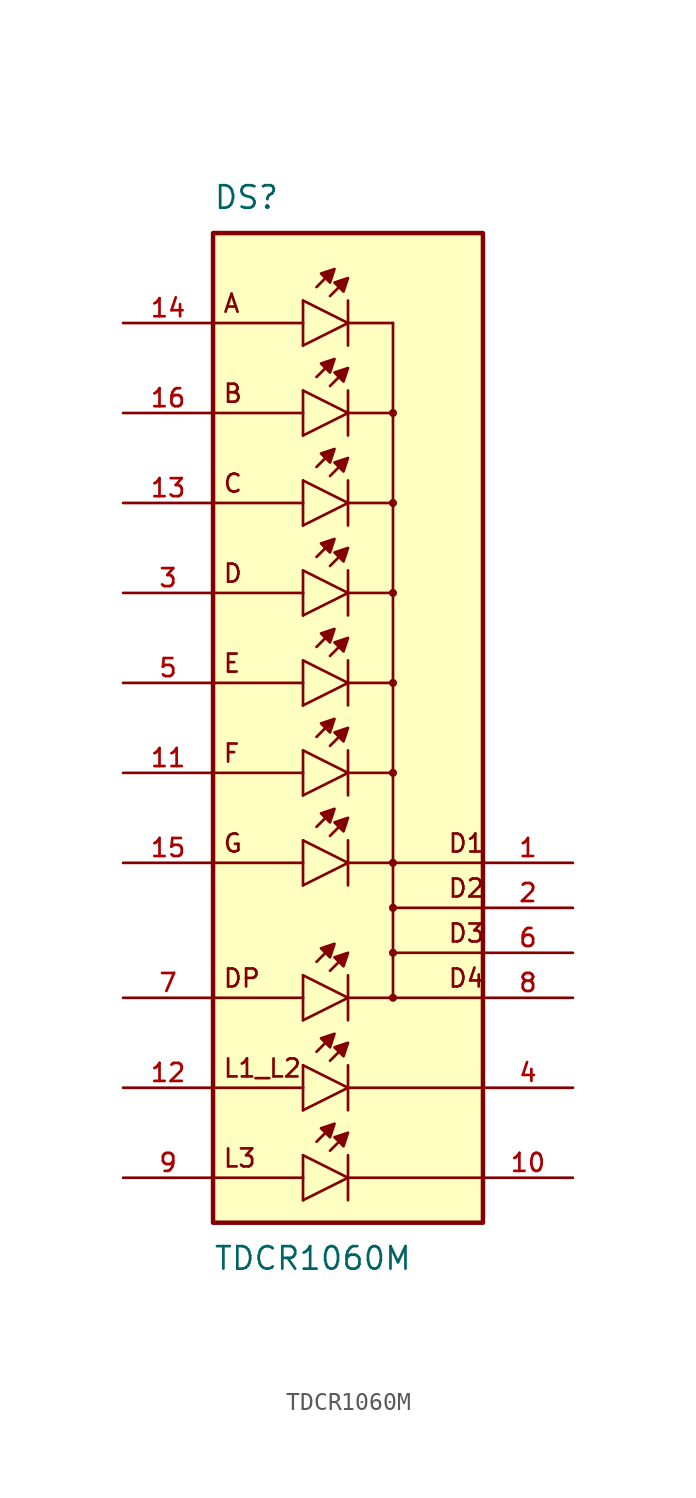
<source format=kicad_sym>
(kicad_symbol_lib
  (version 20211014)
  (generator kicad_symbol_editor)
  (symbol "TDCR1060M"
    (pin_names
      (offset 1.016))
    (property "Reference" "DS"
      (at -7.62 29.21 0)
      (effects (font (size 1.27 1.27)) (justify bottom left)))
    (property "Value" "TDCR1060M"
      (at -7.62 -29.21 0)
      (effects (font (size 1.27 1.27)) (justify top left)))
    (symbol "TDCR1060M_0_0"
      (polyline (pts (xy -2.54 24.13) (xy -2.54 22.86)) (stroke (width 0.152)))
      (polyline (pts (xy -2.54 22.86) (xy -2.54 21.59)) (stroke (width 0.152)))
      (polyline (pts (xy -2.54 21.59) (xy 0.0 22.86)) (stroke (width 0.152)))
      (polyline (pts (xy 0.0 22.86) (xy -2.54 24.13)) (stroke (width 0.152)))
      (polyline (pts (xy 0.0 24.13) (xy 0.0 22.86)) (stroke (width 0.152)))
      (polyline (pts (xy 0.0 22.86) (xy 0.0 21.59)) (stroke (width 0.152)))
      (polyline (pts (xy -7.62 22.86) (xy -2.54 22.86)) (stroke (width 0.152)))
      (polyline (pts (xy 0.0 22.86) (xy 2.54 22.86)) (stroke (width 0.152)))
      (polyline (pts (xy -1.016 24.384) (xy -0.508 24.892)) (stroke (width 0.152)))
      (polyline (pts (xy -0.762 25.146) (xy -0.254 24.638) (xy 0.0 25.4) (xy -0.762 25.146)) (stroke (width 0.152)) (fill (type outline)))
      (polyline (pts (xy -1.778 24.892) (xy -1.27 25.4)) (stroke (width 0.152)))
      (polyline (pts (xy -1.524 25.654) (xy -1.016 25.146) (xy -0.762 25.908) (xy -1.524 25.654)) (stroke (width 0.152)) (fill (type outline)))
      (text "A" (at -7.112 23.368 0) (effects (font (size 1.016 1.016)) (justify bottom left)))
      (polyline (pts (xy -2.54 19.05) (xy -2.54 17.78)) (stroke (width 0.152)))
      (polyline (pts (xy -2.54 17.78) (xy -2.54 16.51)) (stroke (width 0.152)))
      (polyline (pts (xy -2.54 16.51) (xy 0.0 17.78)) (stroke (width 0.152)))
      (polyline (pts (xy 0.0 17.78) (xy -2.54 19.05)) (stroke (width 0.152)))
      (polyline (pts (xy 0.0 19.05) (xy 0.0 17.78)) (stroke (width 0.152)))
      (polyline (pts (xy 0.0 17.78) (xy 0.0 16.51)) (stroke (width 0.152)))
      (polyline (pts (xy -7.62 17.78) (xy -2.54 17.78)) (stroke (width 0.152)))
      (polyline (pts (xy 0.0 17.78) (xy 2.54 17.78)) (stroke (width 0.152)))
      (circle (center 2.54 17.78) (radius 0.152) (stroke (width 0.152)) (fill (type none)))
      (polyline (pts (xy -1.016 19.304) (xy -0.508 19.812)) (stroke (width 0.152)))
      (polyline (pts (xy -0.762 20.066) (xy -0.254 19.558) (xy 0.0 20.32) (xy -0.762 20.066)) (stroke (width 0.152)) (fill (type outline)))
      (polyline (pts (xy -1.778 19.812) (xy -1.27 20.32)) (stroke (width 0.152)))
      (polyline (pts (xy -1.524 20.574) (xy -1.016 20.066) (xy -0.762 20.828) (xy -1.524 20.574)) (stroke (width 0.152)) (fill (type outline)))
      (text "B" (at -7.112 18.288 0) (effects (font (size 1.016 1.016)) (justify bottom left)))
      (polyline (pts (xy -2.54 13.97) (xy -2.54 12.7)) (stroke (width 0.152)))
      (polyline (pts (xy -2.54 12.7) (xy -2.54 11.43)) (stroke (width 0.152)))
      (polyline (pts (xy -2.54 11.43) (xy 0.0 12.7)) (stroke (width 0.152)))
      (polyline (pts (xy 0.0 12.7) (xy -2.54 13.97)) (stroke (width 0.152)))
      (polyline (pts (xy 0.0 13.97) (xy 0.0 12.7)) (stroke (width 0.152)))
      (polyline (pts (xy 0.0 12.7) (xy 0.0 11.43)) (stroke (width 0.152)))
      (polyline (pts (xy -7.62 12.7) (xy -2.54 12.7)) (stroke (width 0.152)))
      (polyline (pts (xy 0.0 12.7) (xy 2.54 12.7)) (stroke (width 0.152)))
      (circle (center 2.54 12.7) (radius 0.152) (stroke (width 0.152)) (fill (type none)))
      (polyline (pts (xy -1.016 14.224) (xy -0.508 14.732)) (stroke (width 0.152)))
      (polyline (pts (xy -0.762 14.986) (xy -0.254 14.478) (xy 0.0 15.24) (xy -0.762 14.986)) (stroke (width 0.152)) (fill (type outline)))
      (polyline (pts (xy -1.778 14.732) (xy -1.27 15.24)) (stroke (width 0.152)))
      (polyline (pts (xy -1.524 15.494) (xy -1.016 14.986) (xy -0.762 15.748) (xy -1.524 15.494)) (stroke (width 0.152)) (fill (type outline)))
      (text "C" (at -7.112 13.208 0) (effects (font (size 1.016 1.016)) (justify bottom left)))
      (polyline (pts (xy -2.54 8.89) (xy -2.54 7.62)) (stroke (width 0.152)))
      (polyline (pts (xy -2.54 7.62) (xy -2.54 6.35)) (stroke (width 0.152)))
      (polyline (pts (xy -2.54 6.35) (xy 0.0 7.62)) (stroke (width 0.152)))
      (polyline (pts (xy 0.0 7.62) (xy -2.54 8.89)) (stroke (width 0.152)))
      (polyline (pts (xy 0.0 8.89) (xy 0.0 7.62)) (stroke (width 0.152)))
      (polyline (pts (xy 0.0 7.62) (xy 0.0 6.35)) (stroke (width 0.152)))
      (polyline (pts (xy -7.62 7.62) (xy -2.54 7.62)) (stroke (width 0.152)))
      (polyline (pts (xy 0.0 7.62) (xy 2.54 7.62)) (stroke (width 0.152)))
      (circle (center 2.54 7.62) (radius 0.152) (stroke (width 0.152)) (fill (type none)))
      (polyline (pts (xy -1.016 9.144) (xy -0.508 9.652)) (stroke (width 0.152)))
      (polyline (pts (xy -0.762 9.906) (xy -0.254 9.398) (xy 0.0 10.16) (xy -0.762 9.906)) (stroke (width 0.152)) (fill (type outline)))
      (polyline (pts (xy -1.778 9.652) (xy -1.27 10.16)) (stroke (width 0.152)))
      (polyline (pts (xy -1.524 10.414) (xy -1.016 9.906) (xy -0.762 10.668) (xy -1.524 10.414)) (stroke (width 0.152)) (fill (type outline)))
      (text "D" (at -7.112 8.128 0) (effects (font (size 1.016 1.016)) (justify bottom left)))
      (polyline (pts (xy -2.54 3.81) (xy -2.54 2.54)) (stroke (width 0.152)))
      (polyline (pts (xy -2.54 2.54) (xy -2.54 1.27)) (stroke (width 0.152)))
      (polyline (pts (xy -2.54 1.27) (xy 0.0 2.54)) (stroke (width 0.152)))
      (polyline (pts (xy 0.0 2.54) (xy -2.54 3.81)) (stroke (width 0.152)))
      (polyline (pts (xy 0.0 3.81) (xy 0.0 2.54)) (stroke (width 0.152)))
      (polyline (pts (xy 0.0 2.54) (xy 0.0 1.27)) (stroke (width 0.152)))
      (polyline (pts (xy -7.62 2.54) (xy -2.54 2.54)) (stroke (width 0.152)))
      (polyline (pts (xy 0.0 2.54) (xy 2.54 2.54)) (stroke (width 0.152)))
      (circle (center 2.54 2.54) (radius 0.152) (stroke (width 0.152)) (fill (type none)))
      (polyline (pts (xy -1.016 4.064) (xy -0.508 4.572)) (stroke (width 0.152)))
      (polyline (pts (xy -0.762 4.826) (xy -0.254 4.318) (xy 0.0 5.08) (xy -0.762 4.826)) (stroke (width 0.152)) (fill (type outline)))
      (polyline (pts (xy -1.778 4.572) (xy -1.27 5.08)) (stroke (width 0.152)))
      (polyline (pts (xy -1.524 5.334) (xy -1.016 4.826) (xy -0.762 5.588) (xy -1.524 5.334)) (stroke (width 0.152)) (fill (type outline)))
      (text "E" (at -7.112 3.048 0) (effects (font (size 1.016 1.016)) (justify bottom left)))
      (polyline (pts (xy -2.54 -1.27) (xy -2.54 -2.54)) (stroke (width 0.152)))
      (polyline (pts (xy -2.54 -2.54) (xy -2.54 -3.81)) (stroke (width 0.152)))
      (polyline (pts (xy -2.54 -3.81) (xy 0.0 -2.54)) (stroke (width 0.152)))
      (polyline (pts (xy 0.0 -2.54) (xy -2.54 -1.27)) (stroke (width 0.152)))
      (polyline (pts (xy 0.0 -1.27) (xy 0.0 -2.54)) (stroke (width 0.152)))
      (polyline (pts (xy 0.0 -2.54) (xy 0.0 -3.81)) (stroke (width 0.152)))
      (polyline (pts (xy -7.62 -2.54) (xy -2.54 -2.54)) (stroke (width 0.152)))
      (polyline (pts (xy 0.0 -2.54) (xy 2.54 -2.54)) (stroke (width 0.152)))
      (circle (center 2.54 -2.54) (radius 0.152) (stroke (width 0.152)) (fill (type none)))
      (polyline (pts (xy -1.016 -1.016) (xy -0.508 -0.508)) (stroke (width 0.152)))
      (polyline (pts (xy -0.762 -0.254) (xy -0.254 -0.762) (xy 0.0 0.0) (xy -0.762 -0.254)) (stroke (width 0.152)) (fill (type outline)))
      (polyline (pts (xy -1.778 -0.508) (xy -1.27 0.0)) (stroke (width 0.152)))
      (polyline (pts (xy -1.524 0.254) (xy -1.016 -0.254) (xy -0.762 0.508) (xy -1.524 0.254)) (stroke (width 0.152)) (fill (type outline)))
      (text "F" (at -7.112 -2.032 0) (effects (font (size 1.016 1.016)) (justify bottom left)))
      (polyline (pts (xy -2.54 -6.35) (xy -2.54 -7.62)) (stroke (width 0.152)))
      (polyline (pts (xy -2.54 -7.62) (xy -2.54 -8.89)) (stroke (width 0.152)))
      (polyline (pts (xy -2.54 -8.89) (xy 0.0 -7.62)) (stroke (width 0.152)))
      (polyline (pts (xy 0.0 -7.62) (xy -2.54 -6.35)) (stroke (width 0.152)))
      (polyline (pts (xy 0.0 -6.35) (xy 0.0 -7.62)) (stroke (width 0.152)))
      (polyline (pts (xy 0.0 -7.62) (xy 0.0 -8.89)) (stroke (width 0.152)))
      (polyline (pts (xy -7.62 -7.62) (xy -2.54 -7.62)) (stroke (width 0.152)))
      (polyline (pts (xy 0.0 -7.62) (xy 2.54 -7.62)) (stroke (width 0.152)))
      (circle (center 2.54 -7.62) (radius 0.152) (stroke (width 0.152)) (fill (type none)))
      (polyline (pts (xy -1.016 -6.096) (xy -0.508 -5.588)) (stroke (width 0.152)))
      (polyline (pts (xy -0.762 -5.334) (xy -0.254 -5.842) (xy 0.0 -5.08) (xy -0.762 -5.334)) (stroke (width 0.152)) (fill (type outline)))
      (polyline (pts (xy -1.778 -5.588) (xy -1.27 -5.08)) (stroke (width 0.152)))
      (polyline (pts (xy -1.524 -4.826) (xy -1.016 -5.334) (xy -0.762 -4.572) (xy -1.524 -4.826)) (stroke (width 0.152)) (fill (type outline)))
      (text "G" (at -7.112 -7.112 0) (effects (font (size 1.016 1.016)) (justify bottom left)))
      (polyline (pts (xy -2.54 -13.97) (xy -2.54 -15.24)) (stroke (width 0.152)))
      (polyline (pts (xy -2.54 -15.24) (xy -2.54 -16.51)) (stroke (width 0.152)))
      (polyline (pts (xy -2.54 -16.51) (xy 0.0 -15.24)) (stroke (width 0.152)))
      (polyline (pts (xy 0.0 -15.24) (xy -2.54 -13.97)) (stroke (width 0.152)))
      (polyline (pts (xy 0.0 -13.97) (xy 0.0 -15.24)) (stroke (width 0.152)))
      (polyline (pts (xy 0.0 -15.24) (xy 0.0 -16.51)) (stroke (width 0.152)))
      (polyline (pts (xy -7.62 -15.24) (xy -2.54 -15.24)) (stroke (width 0.152)))
      (polyline (pts (xy 0.0 -15.24) (xy 2.54 -15.24)) (stroke (width 0.152)))
      (polyline (pts (xy -1.016 -13.716) (xy -0.508 -13.208)) (stroke (width 0.152)))
      (polyline (pts (xy -0.762 -12.954) (xy -0.254 -13.462) (xy 0.0 -12.7) (xy -0.762 -12.954)) (stroke (width 0.152)) (fill (type outline)))
      (polyline (pts (xy -1.778 -13.208) (xy -1.27 -12.7)) (stroke (width 0.152)))
      (polyline (pts (xy -1.524 -12.446) (xy -1.016 -12.954) (xy -0.762 -12.192) (xy -1.524 -12.446)) (stroke (width 0.152)) (fill (type outline)))
      (text "DP" (at -7.112 -14.732 0) (effects (font (size 1.016 1.016)) (justify bottom left)))
      (polyline (pts (xy 2.54 22.86) (xy 2.54 -7.62)) (stroke (width 0.152)))
      (polyline (pts (xy 2.54 -7.62) (xy 2.54 -10.16)) (stroke (width 0.152)))
      (polyline (pts (xy 2.54 -10.16) (xy 2.54 -12.7)) (stroke (width 0.152)))
      (polyline (pts (xy 2.54 -12.7) (xy 2.54 -15.24)) (stroke (width 0.152)))
      (polyline (pts (xy 2.54 -15.24) (xy 7.62 -15.24)) (stroke (width 0.152)))
      (circle (center 2.54 -15.24) (radius 0.152) (stroke (width 0.152)) (fill (type none)))
      (polyline (pts (xy -2.54 -19.05) (xy -2.54 -20.32)) (stroke (width 0.152)))
      (polyline (pts (xy -2.54 -20.32) (xy -2.54 -21.59)) (stroke (width 0.152)))
      (polyline (pts (xy -2.54 -21.59) (xy 0.0 -20.32)) (stroke (width 0.152)))
      (polyline (pts (xy 0.0 -20.32) (xy -2.54 -19.05)) (stroke (width 0.152)))
      (polyline (pts (xy 0.0 -19.05) (xy 0.0 -20.32)) (stroke (width 0.152)))
      (polyline (pts (xy 0.0 -20.32) (xy 0.0 -21.59)) (stroke (width 0.152)))
      (polyline (pts (xy -7.62 -20.32) (xy -2.54 -20.32)) (stroke (width 0.152)))
      (polyline (pts (xy -1.016 -18.796) (xy -0.508 -18.288)) (stroke (width 0.152)))
      (polyline (pts (xy -0.762 -18.034) (xy -0.254 -18.542) (xy 0.0 -17.78) (xy -0.762 -18.034)) (stroke (width 0.152)) (fill (type outline)))
      (polyline (pts (xy -1.778 -18.288) (xy -1.27 -17.78)) (stroke (width 0.152)))
      (polyline (pts (xy -1.524 -17.526) (xy -1.016 -18.034) (xy -0.762 -17.272) (xy -1.524 -17.526)) (stroke (width 0.152)) (fill (type outline)))
      (text "L1_L2" (at -7.112 -19.812 0) (effects (font (size 1.016 1.016)) (justify bottom left)))
      (polyline (pts (xy 0.0 -20.32) (xy 7.62 -20.32)) (stroke (width 0.152)))
      (polyline (pts (xy -2.54 -24.13) (xy -2.54 -25.4)) (stroke (width 0.152)))
      (polyline (pts (xy -2.54 -25.4) (xy -2.54 -26.67)) (stroke (width 0.152)))
      (polyline (pts (xy -2.54 -26.67) (xy 0.0 -25.4)) (stroke (width 0.152)))
      (polyline (pts (xy 0.0 -25.4) (xy -2.54 -24.13)) (stroke (width 0.152)))
      (polyline (pts (xy 0.0 -24.13) (xy 0.0 -25.4)) (stroke (width 0.152)))
      (polyline (pts (xy 0.0 -25.4) (xy 0.0 -26.67)) (stroke (width 0.152)))
      (polyline (pts (xy -7.62 -25.4) (xy -2.54 -25.4)) (stroke (width 0.152)))
      (polyline (pts (xy -1.016 -23.876) (xy -0.508 -23.368)) (stroke (width 0.152)))
      (polyline (pts (xy -0.762 -23.114) (xy -0.254 -23.622) (xy 0.0 -22.86) (xy -0.762 -23.114)) (stroke (width 0.152)) (fill (type outline)))
      (polyline (pts (xy -1.778 -23.368) (xy -1.27 -22.86)) (stroke (width 0.152)))
      (polyline (pts (xy -1.524 -22.606) (xy -1.016 -23.114) (xy -0.762 -22.352) (xy -1.524 -22.606)) (stroke (width 0.152)) (fill (type outline)))
      (text "L3" (at -7.112 -24.892 0) (effects (font (size 1.016 1.016)) (justify bottom left)))
      (polyline (pts (xy 0.0 -25.4) (xy 7.62 -25.4)) (stroke (width 0.152)))
      (polyline (pts (xy 2.54 -12.7) (xy 7.62 -12.7)) (stroke (width 0.152)))
      (polyline (pts (xy 2.54 -10.16) (xy 7.62 -10.16)) (stroke (width 0.152)))
      (polyline (pts (xy 2.54 -7.62) (xy 7.62 -7.62)) (stroke (width 0.152)))
      (circle (center 2.54 -12.7) (radius 0.152) (stroke (width 0.152)) (fill (type none)))
      (circle (center 2.54 -10.16) (radius 0.152) (stroke (width 0.152)) (fill (type none)))
      (text "D4" (at 5.588 -14.732 0) (effects (font (size 1.016 1.016)) (justify bottom left)))
      (text "D3" (at 5.588 -12.192 0) (effects (font (size 1.016 1.016)) (justify bottom left)))
      (text "D2" (at 5.588 -9.652 0) (effects (font (size 1.016 1.016)) (justify bottom left)))
      (text "D1" (at 5.588 -7.112 0) (effects (font (size 1.016 1.016)) (justify bottom left)))
      (rectangle (start -7.62 -27.94) (end 7.62 27.94) (stroke (width 0.254)) (fill (type background)))
      (pin passive line (at -12.7 -7.62 0) (length 5.08) (name "~" (effects (font (size 1.016 1.016)))) (number "15" (effects (font (size 1.016 1.016)))))
      (pin passive line (at -12.7 -2.54 0) (length 5.08) (name "~" (effects (font (size 1.016 1.016)))) (number "11" (effects (font (size 1.016 1.016)))))
      (pin passive line (at -12.7 7.62 0) (length 5.08) (name "~" (effects (font (size 1.016 1.016)))) (number "3" (effects (font (size 1.016 1.016)))))
      (pin passive line (at -12.7 17.78 0) (length 5.08) (name "~" (effects (font (size 1.016 1.016)))) (number "16" (effects (font (size 1.016 1.016)))))
      (pin passive line (at -12.7 22.86 0) (length 5.08) (name "~" (effects (font (size 1.016 1.016)))) (number "14" (effects (font (size 1.016 1.016)))))
      (pin passive line (at 12.7 -7.62 180.0) (length 5.08) (name "~" (effects (font (size 1.016 1.016)))) (number "1" (effects (font (size 1.016 1.016)))))
      (pin passive line (at -12.7 12.7 0) (length 5.08) (name "~" (effects (font (size 1.016 1.016)))) (number "13" (effects (font (size 1.016 1.016)))))
      (pin passive line (at -12.7 2.54 0) (length 5.08) (name "~" (effects (font (size 1.016 1.016)))) (number "5" (effects (font (size 1.016 1.016)))))
      (pin passive line (at -12.7 -15.24 0) (length 5.08) (name "~" (effects (font (size 1.016 1.016)))) (number "7" (effects (font (size 1.016 1.016)))))
      (pin passive line (at 12.7 -10.16 180.0) (length 5.08) (name "~" (effects (font (size 1.016 1.016)))) (number "2" (effects (font (size 1.016 1.016)))))
      (pin passive line (at 12.7 -12.7 180.0) (length 5.08) (name "~" (effects (font (size 1.016 1.016)))) (number "6" (effects (font (size 1.016 1.016)))))
      (pin passive line (at 12.7 -15.24 180.0) (length 5.08) (name "~" (effects (font (size 1.016 1.016)))) (number "8" (effects (font (size 1.016 1.016)))))
      (pin passive line (at -12.7 -20.32 0) (length 5.08) (name "~" (effects (font (size 1.016 1.016)))) (number "12" (effects (font (size 1.016 1.016)))))
      (pin passive line (at -12.7 -25.4 0) (length 5.08) (name "~" (effects (font (size 1.016 1.016)))) (number "9" (effects (font (size 1.016 1.016)))))
      (pin passive line (at 12.7 -20.32 180.0) (length 5.08) (name "~" (effects (font (size 1.016 1.016)))) (number "4" (effects (font (size 1.016 1.016)))))
      (pin passive line (at 12.7 -25.4 180.0) (length 5.08) (name "~" (effects (font (size 1.016 1.016)))) (number "10" (effects (font (size 1.016 1.016))))))))
</source>
